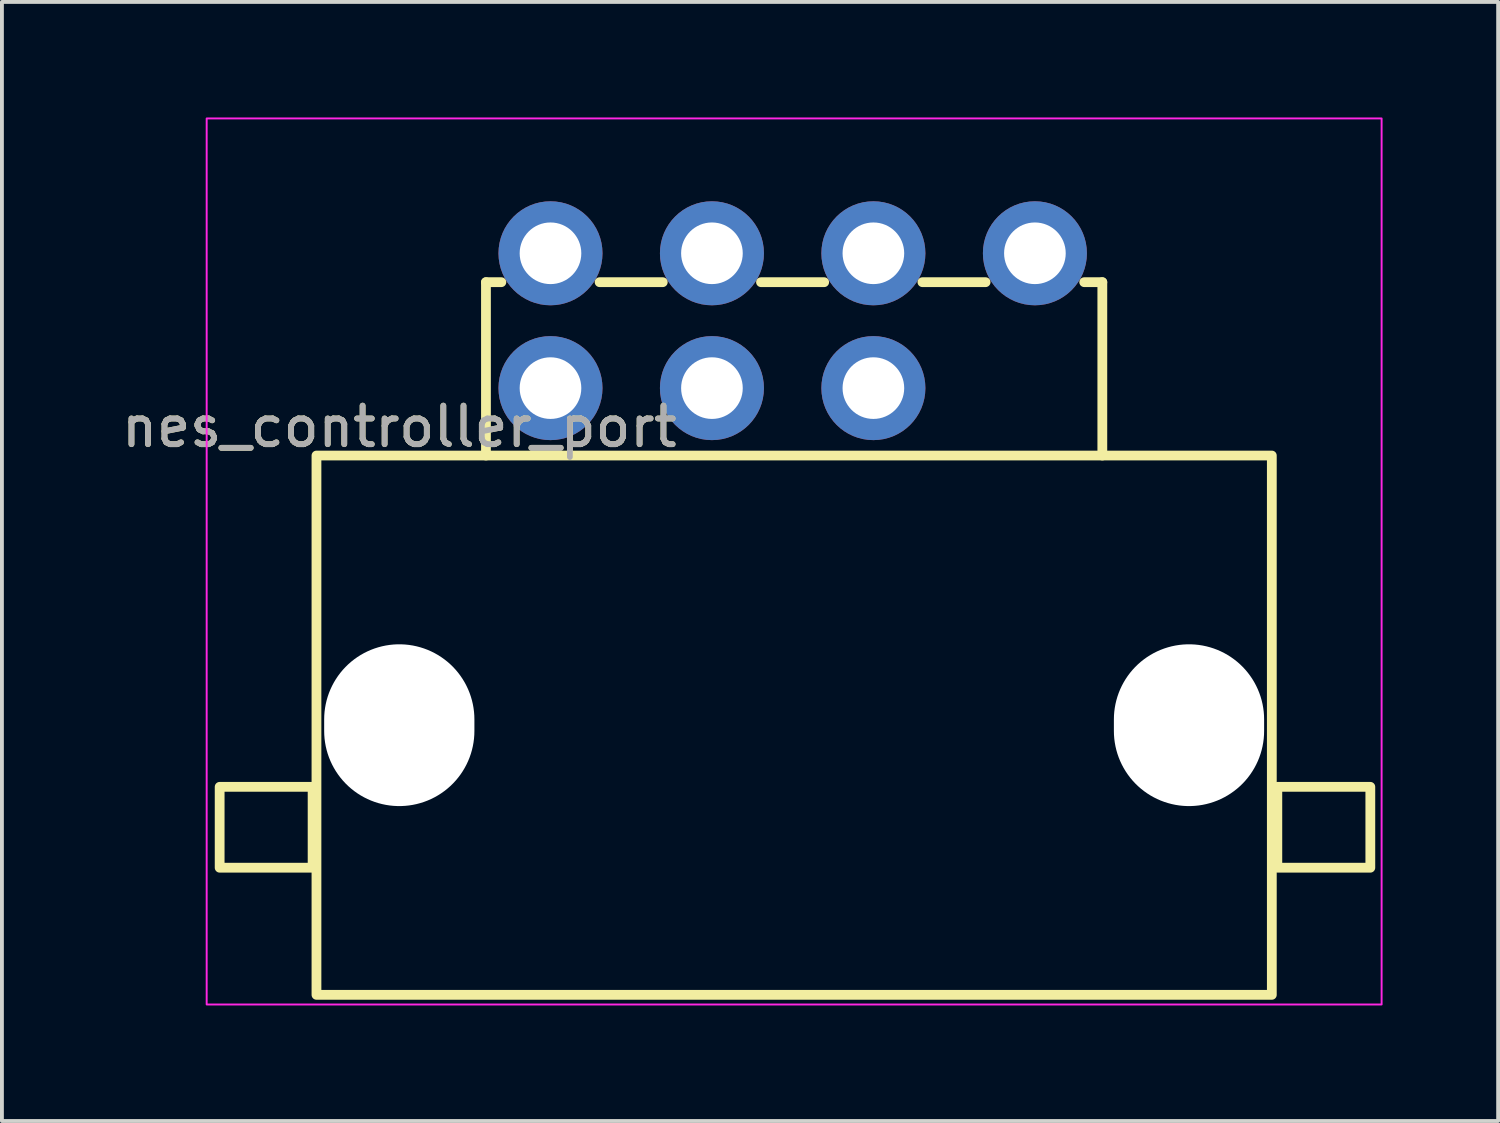
<source format=kicad_pcb>
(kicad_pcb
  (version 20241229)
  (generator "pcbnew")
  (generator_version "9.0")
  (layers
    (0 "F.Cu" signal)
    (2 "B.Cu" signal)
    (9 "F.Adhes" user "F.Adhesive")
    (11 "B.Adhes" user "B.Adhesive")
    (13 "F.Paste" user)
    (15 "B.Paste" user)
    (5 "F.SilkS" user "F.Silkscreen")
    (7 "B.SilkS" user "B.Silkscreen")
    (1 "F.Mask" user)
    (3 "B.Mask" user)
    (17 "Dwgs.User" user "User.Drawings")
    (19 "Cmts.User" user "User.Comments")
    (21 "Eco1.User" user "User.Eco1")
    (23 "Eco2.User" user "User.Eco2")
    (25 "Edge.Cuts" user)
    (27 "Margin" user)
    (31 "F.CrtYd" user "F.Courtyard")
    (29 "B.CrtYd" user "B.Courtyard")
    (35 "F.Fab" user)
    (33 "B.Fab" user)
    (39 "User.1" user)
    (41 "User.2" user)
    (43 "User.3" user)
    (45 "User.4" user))
  (footprint "nes_controller_port"
    (layer "F.Cu")
    (at 17.565 8.525)
    (property "Reference" "nes_controller_port" (at -10.25 -0.5 0) (unlocked yes) (layer "F.SilkS") (effects (font (size 1 1) (thickness 0.15))))
    (attr through_hole)
    (fp_line (start -8 -4.25) (end -8 0.25) (stroke (width 0.254) (type solid)) (layer "F.SilkS"))
    (fp_line (start -8 -4.25) (end -7.6 -4.25) (stroke (width 0.254) (type solid)) (layer "F.SilkS"))
    (fp_line (start -3.41 -4.25) (end -5.05 -4.25) (stroke (width 0.254) (type solid)) (layer "F.SilkS"))
    (fp_line (start 0.78 -4.25) (end -0.86 -4.25) (stroke (width 0.254) (type solid)) (layer "F.SilkS"))
    (fp_line (start 4.97 -4.25) (end 3.33 -4.25) (stroke (width 0.254) (type solid)) (layer "F.SilkS"))
    (fp_line (start 8 -4.25) (end 7.53 -4.25) (stroke (width 0.254) (type solid)) (layer "F.SilkS"))
    (fp_line (start 8 0.25) (end 8 -4.25) (stroke (width 0.254) (type solid)) (layer "F.SilkS"))
    (fp_rect (start -12.5 10.95) (end -14.913 8.85) (stroke (width 0.254) (type solid)) (fill no) (layer "F.SilkS"))
    (fp_rect (start 12.4 14.25) (end -12.4 0.25) (stroke (width 0.254) (type solid)) (fill no) (layer "F.SilkS"))
    (fp_rect (start 14.957 10.95) (end 12.543 8.85) (stroke (width 0.254) (type solid)) (fill no) (layer "F.SilkS"))
    (fp_rect (start -15.25 14.5) (end 15.25 -8.5) (stroke (width 0.05) (type solid)) (fill no) (layer "F.CrtYd"))
    (fp_text user "${REFERENCE}" (at -10.25 -0.5 0) (unlocked yes) (layer "F.Fab") (effects (font (size 1 1) (thickness 0.15))))
    (pad "" np_thru_hole oval (at -10.25 7.25) (size 3.9 4.2) (drill oval 3.9 4.2) (layers "*.Cu" "*.Mask"))
    (pad "" np_thru_hole oval (at 10.25 7.25) (size 3.9 4.2) (drill oval 3.9 4.2) (layers "*.Cu" "*.Mask"))
    (pad "1" thru_hole circle (at 6.25 -5) (size 2.7 2.7) (drill 1.6) (layers "*.Cu" "*.Mask"))
    (pad "2" thru_hole circle (at 2.057 -5) (size 2.7 2.7) (drill 1.6) (layers "*.Cu" "*.Mask"))
    (pad "3" thru_hole circle (at -2.134 -5) (size 2.7 2.7) (drill 1.6) (layers "*.Cu" "*.Mask"))
    (pad "4" thru_hole circle (at -6.325 -5) (size 2.7 2.7) (drill 1.6) (layers "*.Cu" "*.Mask"))
    (pad "5" thru_hole circle (at -6.325 -1.5) (size 2.7 2.7) (drill 1.6) (layers "*.Cu" "*.Mask"))
    (pad "6" thru_hole circle (at -2.134 -1.5) (size 2.7 2.7) (drill 1.6) (layers "*.Cu" "*.Mask"))
    (pad "7" thru_hole circle (at 2.057 -1.5) (size 2.7 2.7) (drill 1.6) (layers "*.Cu" "*.Mask")))
  (gr_rect
    (start -3 -3)
    (end 35.84 26.05)
    (stroke (width 0.1) (type default))
    (fill no)
    (layer "Edge.Cuts")))
</source>
